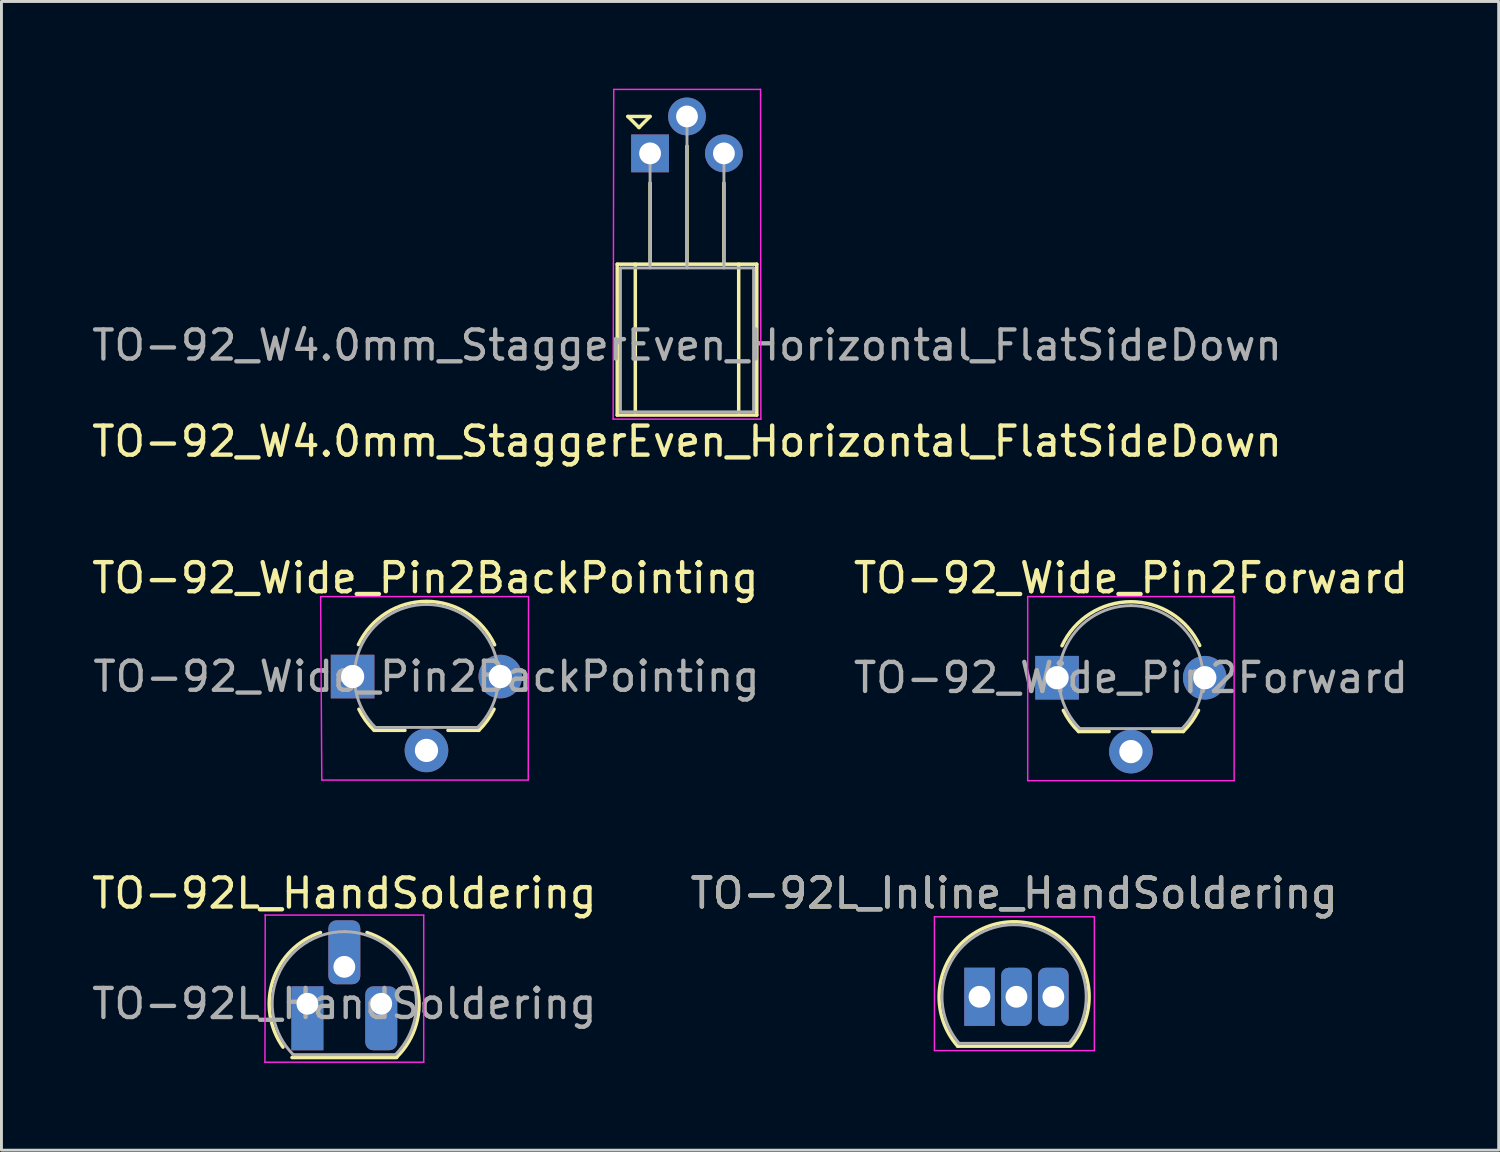
<source format=kicad_pcb>
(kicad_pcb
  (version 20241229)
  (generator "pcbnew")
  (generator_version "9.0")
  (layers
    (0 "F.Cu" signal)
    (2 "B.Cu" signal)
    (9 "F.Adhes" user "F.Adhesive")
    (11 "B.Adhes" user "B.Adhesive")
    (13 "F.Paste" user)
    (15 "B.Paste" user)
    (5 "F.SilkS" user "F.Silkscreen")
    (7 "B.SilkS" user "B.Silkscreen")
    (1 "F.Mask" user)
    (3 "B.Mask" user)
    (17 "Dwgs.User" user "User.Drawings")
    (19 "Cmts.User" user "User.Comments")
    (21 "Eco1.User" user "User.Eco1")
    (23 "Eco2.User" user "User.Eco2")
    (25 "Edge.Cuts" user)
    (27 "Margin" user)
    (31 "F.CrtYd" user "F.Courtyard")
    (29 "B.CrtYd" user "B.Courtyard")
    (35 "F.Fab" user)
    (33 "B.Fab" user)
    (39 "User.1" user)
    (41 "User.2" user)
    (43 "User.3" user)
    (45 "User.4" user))
  (footprint "TO-92L_HandSoldering"
    (layer "F.Cu")
    (at 7.522 31.471)
    (property "Reference" "TO-92L_HandSoldering" (at 1.27 -3.8 0) (layer "F.SilkS") (effects (font (size 1 1) (thickness 0.15))))
    (attr through_hole)
    (fp_line (start -0.53 1.85) (end 3.07 1.85) (stroke (width 0.12) (type solid)) (layer "F.SilkS"))
    (fp_arc (start -0.839049 1.492251) (mid -1.18564 -0.802952) (end 0.45 -2.45) (stroke (width 0.12) (type solid)) (layer "F.SilkS"))
    (fp_arc (start 2.05 -2.45) (mid 3.769931 -0.601036) (end 3.078445 1.827684) (stroke (width 0.12) (type solid)) (layer "F.SilkS"))
    (fp_line (start -1.46 -3.05) (end 4 -3.05) (stroke (width 0.05) (type solid)) (layer "F.CrtYd"))
    (fp_line (start -1.45 -3.05) (end -1.46 2.01) (stroke (width 0.05) (type solid)) (layer "F.CrtYd"))
    (fp_line (start 4 2.01) (end -1.46 2.01) (stroke (width 0.05) (type solid)) (layer "F.CrtYd"))
    (fp_line (start 4 2.01) (end 4 -3.05) (stroke (width 0.05) (type solid)) (layer "F.CrtYd"))
    (fp_line (start -0.5 1.75) (end 3 1.75) (stroke (width 0.1) (type solid)) (layer "F.Fab"))
    (fp_arc (start -0.483625 1.753625) (mid -1.021221 -0.949055) (end 1.27 -2.48) (stroke (width 0.1) (type solid)) (layer "F.Fab"))
    (fp_arc (start 1.27 -2.48) (mid 3.561221 -0.949055) (end 3.023625 1.753625) (stroke (width 0.1) (type solid)) (layer "F.Fab"))
    (fp_text user "${REFERENCE}" (at 1.27 0 0) (layer "F.Fab") (effects (font (size 1 1) (thickness 0.15))))
    (pad "1" thru_hole rect (at 0 0) (size 1.1 2.2) (drill 0.75 (offset 0 0.5)) (layers "*.Cu" "*.Mask"))
    (pad "2" thru_hole roundrect (at 1.27 -1.27) (size 1.1 2.2) (drill 0.75 (offset 0 -0.5)) (layers "*.Cu" "*.Mask") (roundrect_rratio 0.25))
    (pad "3" thru_hole roundrect (at 2.54 0) (size 1.1 2.2) (drill 0.75 (offset 0 0.5)) (layers "*.Cu" "*.Mask") (roundrect_rratio 0.25)))
  (footprint "TO-92_Wide_Pin2Forward"
    (layer "F.Cu")
    (at 33.304 20.258)
    (property "Reference" "TO-92_Wide_Pin2Forward" (at 2.54 -3.43 0) (layer "F.SilkS") (effects (font (size 1 1) (thickness 0.15))))
    (attr through_hole)
    (fp_line (start 0.74 1.85) (end 1.79 1.85) (stroke (width 0.12) (type solid)) (layer "F.SilkS"))
    (fp_line (start 3.29 1.85) (end 4.34 1.85) (stroke (width 0.12) (type solid)) (layer "F.SilkS"))
    (fp_arc (start 0.17 -1.1) (mid 2.535333 -2.61283) (end 4.906056 -1.108459) (stroke (width 0.12) (type solid)) (layer "F.SilkS"))
    (fp_arc (start 0.74 1.85) (mid 0.446097 1.509328) (end 0.215816 1.122795) (stroke (width 0.12) (type solid)) (layer "F.SilkS"))
    (fp_arc (start 4.864184 1.122795) (mid 4.633903 1.509328) (end 4.34 1.85) (stroke (width 0.12) (type solid)) (layer "F.SilkS"))
    (fp_line (start -1.01 -2.79) (end -1.01 3.54) (stroke (width 0.05) (type solid)) (layer "F.CrtYd"))
    (fp_line (start -1.01 -2.79) (end 6.09 -2.79) (stroke (width 0.05) (type solid)) (layer "F.CrtYd"))
    (fp_line (start 6.09 3.54) (end -1.01 3.54) (stroke (width 0.05) (type solid)) (layer "F.CrtYd"))
    (fp_line (start 6.09 3.54) (end 6.09 -2.79) (stroke (width 0.05) (type solid)) (layer "F.CrtYd"))
    (fp_line (start 0.8 1.75) (end 4.3 1.75) (stroke (width 0.1) (type solid)) (layer "F.Fab"))
    (fp_arc (start 0.786375 1.753625) (mid 0.248779 -0.949055) (end 2.54 -2.48) (stroke (width 0.1) (type solid)) (layer "F.Fab"))
    (fp_arc (start 2.54 -2.48) (mid 4.831221 -0.949055) (end 4.293625 1.753625) (stroke (width 0.1) (type solid)) (layer "F.Fab"))
    (fp_text user "${REFERENCE}" (at 2.54 0 0) (layer "F.Fab") (effects (font (size 1 1) (thickness 0.15))))
    (pad "1" thru_hole rect (at 0 0) (size 1.5 1.5) (drill 0.8) (layers "*.Cu" "*.Mask"))
    (pad "2" thru_hole circle (at 2.54 2.54) (size 1.5 1.5) (drill 0.8) (layers "*.Cu" "*.Mask"))
    (pad "3" thru_hole circle (at 5.08 0) (size 1.5 1.5) (drill 0.8) (layers "*.Cu" "*.Mask")))
  (footprint "TO-92_W4.0mm_StaggerEven_Horizontal_FlatSideDown"
    (layer "F.Cu")
    (at 19.307 2.225)
    (property "Reference" "TO-92_W4.0mm_StaggerEven_Horizontal_FlatSideDown" (at 1.27 9.906 0) (layer "F.SilkS") (effects (font (size 1 1) (thickness 0.15))))
    (attr through_hole)
    (fp_line (start -1.13 3.81) (end 3.67 3.81) (stroke (width 0.12) (type solid)) (layer "F.SilkS"))
    (fp_line (start -1.13 9) (end -1.13 3.81) (stroke (width 0.12) (type solid)) (layer "F.SilkS"))
    (fp_line (start -0.762 -1.27) (end -0.381 -0.889) (stroke (width 0.12) (type solid)) (layer "F.SilkS"))
    (fp_line (start -0.508 3.81) (end -0.508 8.89) (stroke (width 0.12) (type solid)) (layer "F.SilkS"))
    (fp_line (start -0.381 -0.889) (end 0 -1.27) (stroke (width 0.12) (type solid)) (layer "F.SilkS"))
    (fp_line (start 0 -1.27) (end -0.762 -1.27) (stroke (width 0.12) (type solid)) (layer "F.SilkS"))
    (fp_line (start 0 1.02) (end 0 3.81) (stroke (width 0.12) (type solid)) (layer "F.SilkS"))
    (fp_line (start 1.27 -0.25) (end 1.27 3.81) (stroke (width 0.12) (type solid)) (layer "F.SilkS"))
    (fp_line (start 2.54 1.02) (end 2.54 3.81) (stroke (width 0.12) (type solid)) (layer "F.SilkS"))
    (fp_line (start 3.048 8.89) (end 3.048 3.81) (stroke (width 0.12) (type solid)) (layer "F.SilkS"))
    (fp_line (start 3.67 3.81) (end 3.67 9) (stroke (width 0.12) (type solid)) (layer "F.SilkS"))
    (fp_line (start 3.67 9) (end -1.13 9) (stroke (width 0.12) (type solid)) (layer "F.SilkS"))
    (fp_line (start -1.25 -2.2) (end -1.27 9.14) (stroke (width 0.05) (type solid)) (layer "F.CrtYd"))
    (fp_line (start -1.25 -2.2) (end 3.8 -2.2) (stroke (width 0.05) (type solid)) (layer "F.CrtYd"))
    (fp_line (start 3.81 9.14) (end -1.27 9.14) (stroke (width 0.05) (type solid)) (layer "F.CrtYd"))
    (fp_line (start 3.81 9.14) (end 3.8 -2.2) (stroke (width 0.05) (type solid)) (layer "F.CrtYd"))
    (fp_line (start -1.02 3.94) (end 3.56 3.94) (stroke (width 0.1) (type solid)) (layer "F.Fab"))
    (fp_line (start -1.02 8.89) (end -1.02 3.94) (stroke (width 0.1) (type solid)) (layer "F.Fab"))
    (fp_line (start 0 3.94) (end 0 0) (stroke (width 0.1) (type solid)) (layer "F.Fab"))
    (fp_line (start 1.27 3.94) (end 1.27 -1.27) (stroke (width 0.1) (type solid)) (layer "F.Fab"))
    (fp_line (start 2.54 3.94) (end 2.54 0) (stroke (width 0.1) (type solid)) (layer "F.Fab"))
    (fp_line (start 3.56 3.94) (end 3.56 8.89) (stroke (width 0.1) (type solid)) (layer "F.Fab"))
    (fp_line (start 3.56 8.89) (end -1.02 8.89) (stroke (width 0.1) (type solid)) (layer "F.Fab"))
    (fp_text user "${REFERENCE}" (at 1.27 6.6 0) (layer "F.Fab") (effects (font (size 1 1) (thickness 0.15))))
    (pad "1" thru_hole rect (at 0 0 90) (size 1.3 1.3) (drill 0.75) (layers "*.Cu" "*.Mask"))
    (pad "2" thru_hole circle (at 1.27 -1.27 90) (size 1.3 1.3) (drill 0.75) (layers "*.Cu" "*.Mask"))
    (pad "3" thru_hole circle (at 2.54 0 90) (size 1.3 1.3) (drill 0.75) (layers "*.Cu" "*.Mask")))
  (footprint "TO-92L_Inline_HandSoldering"
    (layer "F.Cu")
    (at 30.637 31.231)
    (property "Reference" "TO-92L_Inline_HandSoldering" (at 1.19 -3.56 0) (layer "F.SilkS") (effects (font (size 1 1) (thickness 0.15))))
    (attr through_hole)
    (fp_line (start -0.75 1.7) (end 3.1 1.7) (stroke (width 0.12) (type solid)) (layer "F.SilkS"))
    (fp_arc (start -0.75 1.7) (mid 1.183448 -2.579449) (end 3.138611 1.690122) (stroke (width 0.12) (type solid)) (layer "F.SilkS"))
    (fp_line (start -1.55 -2.75) (end -1.55 1.85) (stroke (width 0.05) (type solid)) (layer "F.CrtYd"))
    (fp_line (start -1.55 -2.75) (end 3.95 -2.75) (stroke (width 0.05) (type solid)) (layer "F.CrtYd"))
    (fp_line (start 3.95 1.85) (end -1.55 1.85) (stroke (width 0.05) (type solid)) (layer "F.CrtYd"))
    (fp_line (start 3.95 1.85) (end 3.95 -2.75) (stroke (width 0.05) (type solid)) (layer "F.CrtYd"))
    (fp_line (start -0.7 1.6) (end 3.05 1.6) (stroke (width 0.1) (type solid)) (layer "F.Fab"))
    (fp_arc (start -0.702818 1.602385) (mid -1.059924 -1.043188) (end 1.19 -2.48) (stroke (width 0.1) (type solid)) (layer "F.Fab"))
    (fp_arc (start 1.19 -2.48) (mid 3.437211 -1.049019) (end 3.091103 1.592547) (stroke (width 0.1) (type solid)) (layer "F.Fab"))
    (fp_text user "${REFERENCE}" (at 1.19 -3.56 0) (layer "F.Fab") (effects (font (size 1 1) (thickness 0.15))))
    (pad "1" thru_hole rect (at 0 0 180) (size 1.05 2) (drill 0.75) (layers "*.Cu" "*.Mask"))
    (pad "2" thru_hole roundrect (at 1.27 0 180) (size 1.05 2) (drill 0.75) (layers "*.Cu" "*.Mask") (roundrect_rratio 0.25))
    (pad "3" thru_hole roundrect (at 2.54 0 180) (size 1.05 2) (drill 0.75) (layers "*.Cu" "*.Mask") (roundrect_rratio 0.25)))
  (footprint "TO-92_Wide_Pin2BackPointing"
    (layer "F.Cu")
    (at 9.077 20.218)
    (property "Reference" "TO-92_Wide_Pin2BackPointing" (at 2.5 -3.39 0) (layer "F.SilkS") (effects (font (size 1 1) (thickness 0.15))))
    (attr through_hole)
    (fp_line (start 0.74 1.85) (end 1.8 1.85) (stroke (width 0.12) (type solid)) (layer "F.SilkS"))
    (fp_line (start 3.28 1.85) (end 4.34 1.85) (stroke (width 0.12) (type solid)) (layer "F.SilkS"))
    (fp_arc (start 0.2 -1.1) (mid 2.544005 -2.58565) (end 4.883396 -1.092746) (stroke (width 0.12) (type solid)) (layer "F.SilkS"))
    (fp_arc (start 0.74 1.85) (mid 0.446097 1.509328) (end 0.215816 1.122795) (stroke (width 0.12) (type solid)) (layer "F.SilkS"))
    (fp_arc (start 4.864184 1.122795) (mid 4.633903 1.509328) (end 4.34 1.85) (stroke (width 0.12) (type solid)) (layer "F.SilkS"))
    (fp_line (start -1.1 -2.75) (end -1.06 3.56) (stroke (width 0.05) (type solid)) (layer "F.CrtYd"))
    (fp_line (start -1.1 -2.75) (end 6.05 -2.75) (stroke (width 0.05) (type solid)) (layer "F.CrtYd"))
    (fp_line (start 6.04 3.56) (end -1.06 3.56) (stroke (width 0.05) (type solid)) (layer "F.CrtYd"))
    (fp_line (start 6.04 3.56) (end 6.05 -2.75) (stroke (width 0.05) (type solid)) (layer "F.CrtYd"))
    (fp_line (start 0.8 1.75) (end 4.3 1.75) (stroke (width 0.1) (type solid)) (layer "F.Fab"))
    (fp_arc (start 0.786375 1.753625) (mid 0.248779 -0.949055) (end 2.54 -2.48) (stroke (width 0.1) (type solid)) (layer "F.Fab"))
    (fp_arc (start 2.54 -2.48) (mid 4.831221 -0.949055) (end 4.293625 1.753625) (stroke (width 0.1) (type solid)) (layer "F.Fab"))
    (fp_text user "${REFERENCE}" (at 2.54 0 0) (layer "F.Fab") (effects (font (size 1 1) (thickness 0.15))))
    (pad "1" thru_hole rect (at 0 0 90) (size 1.5 1.5) (drill 0.8) (layers "*.Cu" "*.Mask"))
    (pad "2" thru_hole circle (at 2.54 2.54 90) (size 1.5 1.5) (drill 0.8) (layers "*.Cu" "*.Mask"))
    (pad "3" thru_hole circle (at 5.08 0 90) (size 1.5 1.5) (drill 0.8) (layers "*.Cu" "*.Mask")))
  (gr_rect
    (start -3 -3)
    (end 48.492 36.506)
    (stroke (width 0.1) (type default))
    (fill no)
    (layer "Edge.Cuts")))
</source>
